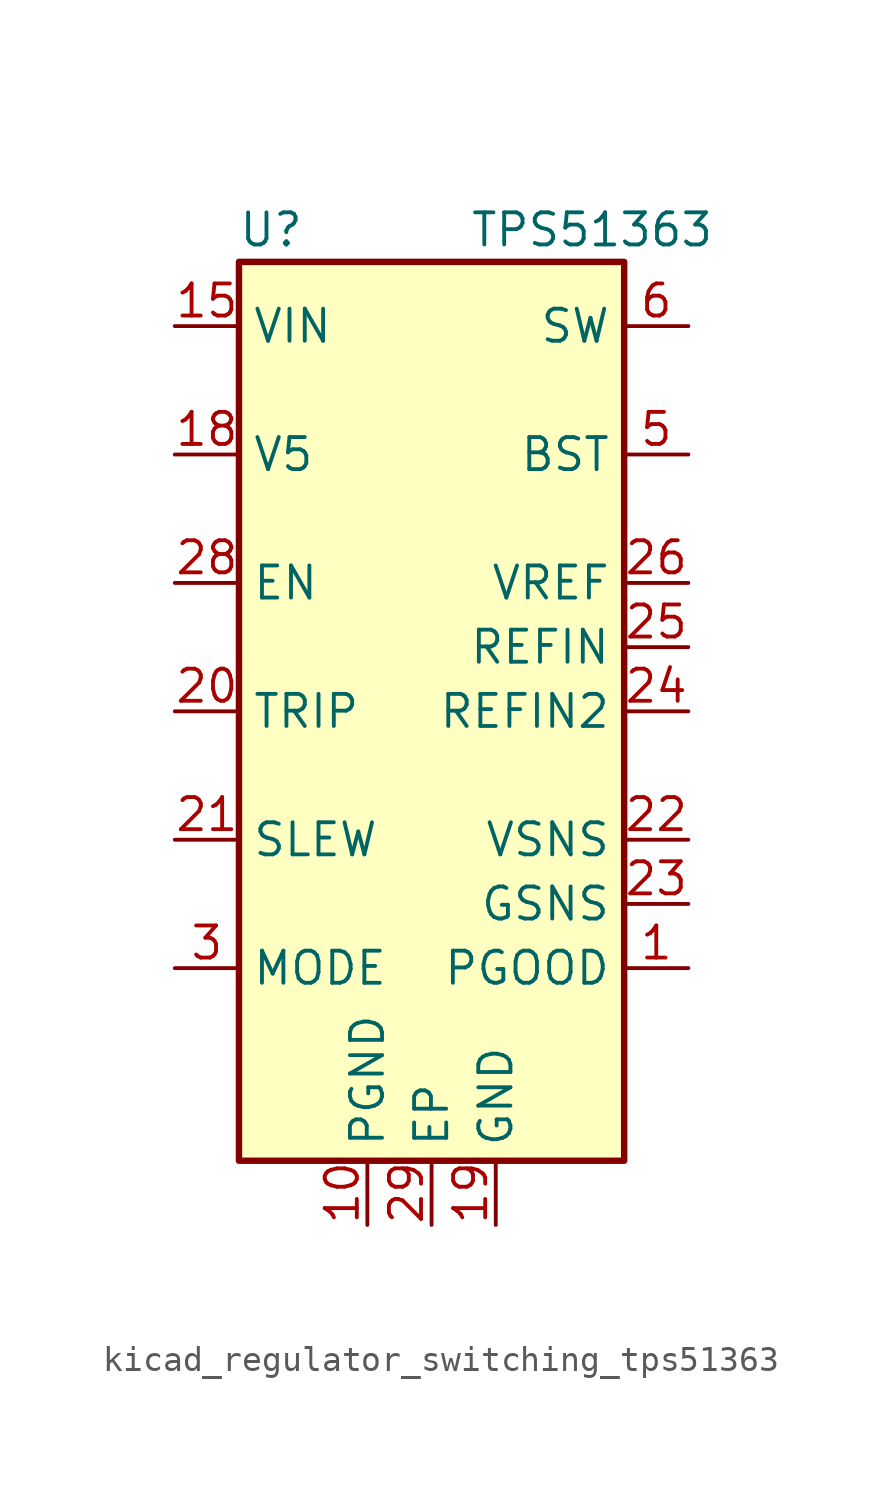
<source format=kicad_sym>
(kicad_symbol_lib
  (version 20220914)
  (generator kicad_symbol_editor)
  (symbol "kicad_regulator_switching_tps51363"
    (property "Reference" "U"
      (at -6.35 19.05 0)
      (effects (font (size 1.27 1.27))))
    (property "Value" "TPS51363"
      (at 6.35 19.05 0)
      (effects (font (size 1.27 1.27))))
    (symbol "kicad_regulator_switching_tps51363_0_1"
      (rectangle (start -7.62 -17.78) (end 7.62 17.78) (stroke (width 0.254) (type default)) (fill (type background)))
      (pin open_collector line (at 10.16 -10.16 180) (length 2.54) (name "PGOOD" (effects (font (size 1.27 1.27)))) (number "1" (effects (font (size 1.27 1.27)))))
      (pin power_in line (at -2.54 -20.32 90) (length 2.54) (name "PGND" (effects (font (size 1.27 1.27)))) (number "10" (effects (font (size 1.27 1.27)))))
      (pin passive line (at -2.54 -20.32 90) (length 2.54) hide (name "PGND" (effects (font (size 1.27 1.27)))) (number "11" (effects (font (size 1.27 1.27)))))
      (pin passive line (at -2.54 -20.32 90) (length 2.54) hide (name "PGND" (effects (font (size 1.27 1.27)))) (number "12" (effects (font (size 1.27 1.27)))))
      (pin passive line (at -2.54 -20.32 90) (length 2.54) hide (name "PGND" (effects (font (size 1.27 1.27)))) (number "13" (effects (font (size 1.27 1.27)))))
      (pin passive line (at -2.54 -20.32 90) (length 2.54) hide (name "PGND" (effects (font (size 1.27 1.27)))) (number "14" (effects (font (size 1.27 1.27)))))
      (pin power_in line (at -10.16 15.24 0) (length 2.54) (name "VIN" (effects (font (size 1.27 1.27)))) (number "15" (effects (font (size 1.27 1.27)))))
      (pin passive line (at -10.16 15.24 0) (length 2.54) hide (name "VIN" (effects (font (size 1.27 1.27)))) (number "16" (effects (font (size 1.27 1.27)))))
      (pin passive line (at -10.16 15.24 0) (length 2.54) hide (name "VIN" (effects (font (size 1.27 1.27)))) (number "17" (effects (font (size 1.27 1.27)))))
      (pin power_in line (at -10.16 10.16 0) (length 2.54) (name "V5" (effects (font (size 1.27 1.27)))) (number "18" (effects (font (size 1.27 1.27)))))
      (pin power_in line (at 2.54 -20.32 90) (length 2.54) (name "GND" (effects (font (size 1.27 1.27)))) (number "19" (effects (font (size 1.27 1.27)))))
      (pin no_connect line (at -7.62 7.62 0) (length 2.54) hide (name "NU" (effects (font (size 1.27 1.27)))) (number "2" (effects (font (size 1.27 1.27)))))
      (pin input line (at -10.16 0 0) (length 2.54) (name "TRIP" (effects (font (size 1.27 1.27)))) (number "20" (effects (font (size 1.27 1.27)))))
      (pin output line (at -10.16 -5.08 0) (length 2.54) (name "SLEW" (effects (font (size 1.27 1.27)))) (number "21" (effects (font (size 1.27 1.27)))))
      (pin input line (at 10.16 -5.08 180) (length 2.54) (name "VSNS" (effects (font (size 1.27 1.27)))) (number "22" (effects (font (size 1.27 1.27)))))
      (pin output line (at 10.16 -7.62 180) (length 2.54) (name "GSNS" (effects (font (size 1.27 1.27)))) (number "23" (effects (font (size 1.27 1.27)))))
      (pin input line (at 10.16 0 180) (length 2.54) (name "REFIN2" (effects (font (size 1.27 1.27)))) (number "24" (effects (font (size 1.27 1.27)))))
      (pin input line (at 10.16 2.54 180) (length 2.54) (name "REFIN" (effects (font (size 1.27 1.27)))) (number "25" (effects (font (size 1.27 1.27)))))
      (pin output line (at 10.16 5.08 180) (length 2.54) (name "VREF" (effects (font (size 1.27 1.27)))) (number "26" (effects (font (size 1.27 1.27)))))
      (pin no_connect line (at -7.62 2.54 0) (length 2.54) hide (name "NU" (effects (font (size 1.27 1.27)))) (number "27" (effects (font (size 1.27 1.27)))))
      (pin input line (at -10.16 5.08 0) (length 2.54) (name "EN" (effects (font (size 1.27 1.27)))) (number "28" (effects (font (size 1.27 1.27)))))
      (pin power_in line (at 0 -20.32 90) (length 2.54) (name "EP" (effects (font (size 1.27 1.27)))) (number "29" (effects (font (size 1.27 1.27)))))
      (pin input line (at -10.16 -10.16 0) (length 2.54) (name "MODE" (effects (font (size 1.27 1.27)))) (number "3" (effects (font (size 1.27 1.27)))))
      (pin no_connect line (at -7.62 -2.54 0) (length 2.54) hide (name "NC" (effects (font (size 1.27 1.27)))) (number "4" (effects (font (size 1.27 1.27)))))
      (pin input line (at 10.16 10.16 180) (length 2.54) (name "BST" (effects (font (size 1.27 1.27)))) (number "5" (effects (font (size 1.27 1.27)))))
      (pin power_out line (at 10.16 15.24 180) (length 2.54) (name "SW" (effects (font (size 1.27 1.27)))) (number "6" (effects (font (size 1.27 1.27)))))
      (pin passive line (at 10.16 15.24 180) (length 2.54) hide (name "SW" (effects (font (size 1.27 1.27)))) (number "7" (effects (font (size 1.27 1.27)))))
      (pin passive line (at 10.16 15.24 180) (length 2.54) hide (name "SW" (effects (font (size 1.27 1.27)))) (number "8" (effects (font (size 1.27 1.27)))))
      (pin passive line (at 10.16 15.24 180) (length 2.54) hide (name "SW" (effects (font (size 1.27 1.27)))) (number "9" (effects (font (size 1.27 1.27))))))))
</source>
